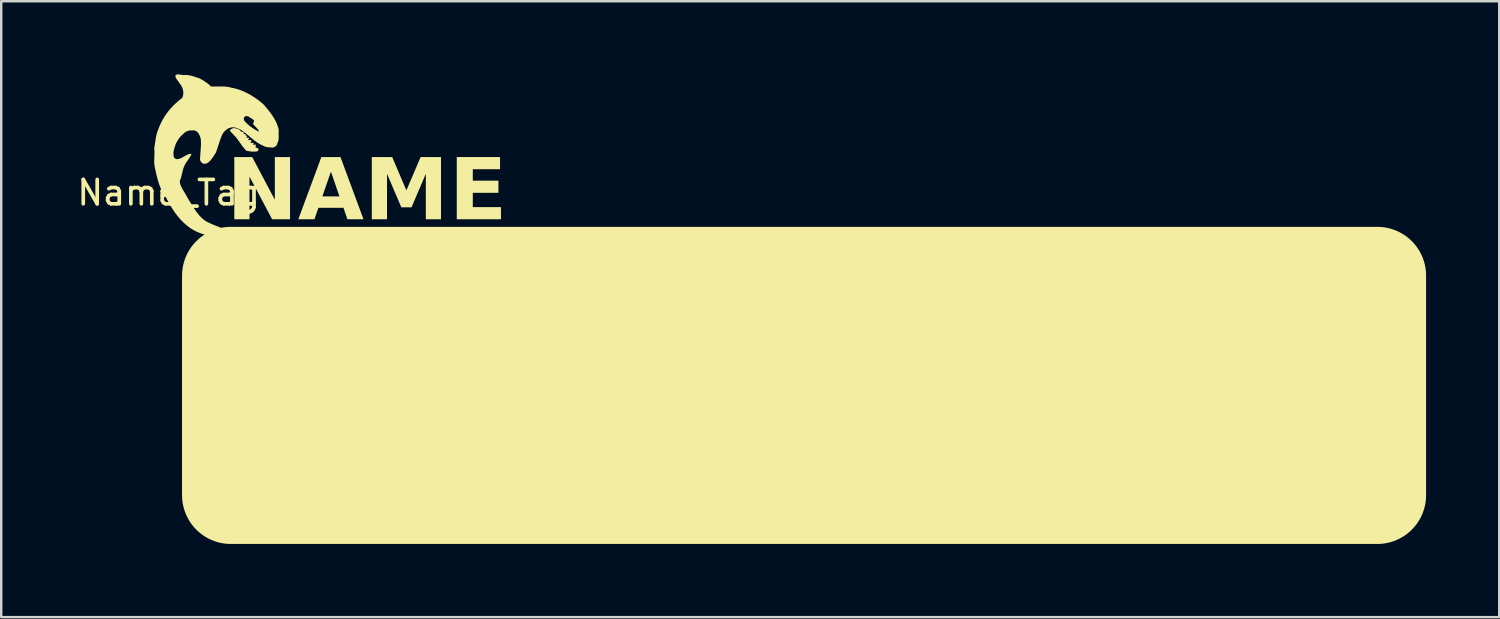
<source format=kicad_pcb>
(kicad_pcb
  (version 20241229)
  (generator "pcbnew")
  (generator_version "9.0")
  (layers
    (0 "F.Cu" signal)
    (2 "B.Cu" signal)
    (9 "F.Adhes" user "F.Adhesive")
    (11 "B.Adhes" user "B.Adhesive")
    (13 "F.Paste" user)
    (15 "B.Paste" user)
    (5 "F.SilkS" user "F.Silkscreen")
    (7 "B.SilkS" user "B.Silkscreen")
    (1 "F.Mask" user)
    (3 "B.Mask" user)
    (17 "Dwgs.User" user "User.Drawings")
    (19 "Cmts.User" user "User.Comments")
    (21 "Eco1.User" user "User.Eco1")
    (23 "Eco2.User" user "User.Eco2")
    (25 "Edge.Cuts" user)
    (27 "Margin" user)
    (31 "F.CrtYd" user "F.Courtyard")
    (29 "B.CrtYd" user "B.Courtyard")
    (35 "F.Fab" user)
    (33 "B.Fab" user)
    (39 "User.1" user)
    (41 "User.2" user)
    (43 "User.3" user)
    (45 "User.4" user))
  (footprint "Name_Tag"
    (layer "F.Cu")
    (at 5.413 6.35)
    (property "Reference" "Name_Tag" (at -1.55 -1.5 0) (unlocked yes) (layer "F.SilkS") (effects (font (size 1 1) (thickness 0.15))))
    (attr board_only exclude_from_pos_files exclude_from_bom allow_missing_courtyard)
    (fp_poly (pts (arc (start 48 12.9) (mid 49.414214 12.314214) (end 50 10.9)) (arc (start 50 1.9) (mid 49.414214 0.485786) (end 48 -0.1)) (arc (start 1 -0.1) (mid -0.414214 0.485786) (end -1 1.9)) (arc (start -1 10.9) (mid -0.414214 12.314214) (end 1 12.9))) (stroke (width 0) (type solid)) (fill yes) (layer "F.SilkS"))
    (fp_poly (pts (xy 1.133 -4.123) (xy 1.145 -4.122) (xy 1.158 -4.121) (xy 1.17 -4.119) (xy 1.183 -4.116) (xy 1.196 -4.113) (xy 1.209 -4.11) (xy 1.221 -4.106) (xy 1.234 -4.103) (xy 1.258 -4.095) (xy 1.28 -4.086) (xy 1.3 -4.078) (xy 1.317 -4.071) (xy 1.317 -4.071) (xy 1.321 -4.069) (xy 1.324 -4.067) (xy 1.328 -4.065) (xy 1.332 -4.062) (xy 1.335 -4.06) (xy 1.339 -4.057) (xy 1.343 -4.054) (xy 1.346 -4.051) (xy 1.35 -4.048) (xy 1.353 -4.044) (xy 1.356 -4.041) (xy 1.36 -4.038) (xy 1.363 -4.035) (xy 1.365 -4.031) (xy 1.368 -4.028) (xy 1.37 -4.025) (xy 1.41 -3.974) (xy 1.45 -3.923) (xy 1.53 -3.821) (xy 1.611 -3.72) (xy 1.65 -3.668) (xy 1.69 -3.616) (xy 1.698 -3.604) (xy 1.706 -3.592) (xy 1.715 -3.581) (xy 1.725 -3.57) (xy 1.734 -3.559) (xy 1.744 -3.549) (xy 1.755 -3.539) (xy 1.765 -3.529) (xy 1.852 -3.452) (xy 1.858 -3.447) (xy 1.864 -3.442) (xy 1.87 -3.438) (xy 1.875 -3.433) (xy 1.886 -3.422) (xy 1.898 -3.412) (xy 1.909 -3.402) (xy 1.92 -3.391) (xy 1.931 -3.381) (xy 1.937 -3.376) (xy 1.943 -3.372) (xy 1.948 -3.368) (xy 1.954 -3.363) (xy 1.961 -3.359) (xy 1.967 -3.355) (xy 1.975 -3.351) (xy 1.982 -3.347) (xy 1.998 -3.339) (xy 2.013 -3.332) (xy 2.029 -3.325) (xy 2.044 -3.32) (xy 2.057 -3.315) (xy 2.063 -3.314) (xy 2.069 -3.312) (xy 2.074 -3.31) (xy 2.08 -3.308) (xy 2.085 -3.305) (xy 2.089 -3.303) (xy 2.091 -3.302) (xy 2.093 -3.3) (xy 2.095 -3.299) (xy 2.097 -3.298) (xy 2.099 -3.296) (xy 2.1 -3.294) (xy 2.102 -3.293) (xy 2.103 -3.291) (xy 2.104 -3.289) (xy 2.105 -3.288) (xy 2.106 -3.286) (xy 2.107 -3.284) (xy 2.107 -3.281) (xy 2.108 -3.279) (xy 2.108 -3.277) (xy 2.108 -3.275) (xy 2.107 -3.272) (xy 2.107 -3.269) (xy 2.106 -3.267) (xy 2.105 -3.264) (xy 2.105 -3.26) (xy 2.105 -3.256) (xy 2.104 -3.252) (xy 2.103 -3.248) (xy 2.102 -3.245) (xy 2.101 -3.242) (xy 2.099 -3.239) (xy 2.097 -3.236) (xy 2.095 -3.234) (xy 2.093 -3.231) (xy 2.09 -3.229) (xy 2.087 -3.227) (xy 2.084 -3.225) (xy 2.081 -3.224) (xy 2.074 -3.221) (xy 2.067 -3.218) (xy 2.059 -3.216) (xy 2.05 -3.215) (xy 2.042 -3.213) (xy 2.033 -3.213) (xy 2.024 -3.212) (xy 2.005 -3.211) (xy 1.933 -3.209) (xy 1.914 -3.209) (xy 1.895 -3.209) (xy 1.878 -3.209) (xy 1.862 -3.211) (xy 1.847 -3.212) (xy 1.832 -3.214) (xy 1.803 -3.218) (xy 1.744 -3.226) (xy 1.728 -3.228) (xy 1.711 -3.231) (xy 1.701 -3.233) (xy 1.692 -3.235) (xy 1.683 -3.237) (xy 1.673 -3.24) (xy 1.664 -3.243) (xy 1.655 -3.246) (xy 1.647 -3.25) (xy 1.639 -3.254) (xy 1.632 -3.258) (xy 1.628 -3.26) (xy 1.625 -3.263) (xy 1.622 -3.265) (xy 1.619 -3.268) (xy 1.617 -3.27) (xy 1.615 -3.273) (xy 1.612 -3.277) (xy 1.609 -3.281) (xy 1.607 -3.284) (xy 1.604 -3.288) (xy 1.6 -3.294) (xy 1.595 -3.301) (xy 1.584 -3.314) (xy 1.572 -3.328) (xy 1.559 -3.343) (xy 1.546 -3.357) (xy 1.534 -3.372) (xy 1.523 -3.385) (xy 1.518 -3.392) (xy 1.513 -3.398) (xy 1.309 -3.683) (xy 1.292 -3.708) (xy 1.275 -3.731) (xy 1.257 -3.754) (xy 1.238 -3.777) (xy 1.219 -3.799) (xy 1.2 -3.821) (xy 1.16 -3.863) (xy 1.08 -3.946) (xy 1.04 -3.988) (xy 1.02 -4.01) (xy 1 -4.032) (xy 0.999 -4.033) (xy 0.998 -4.035) (xy 0.997 -4.036) (xy 0.996 -4.038) (xy 0.995 -4.04) (xy 0.994 -4.041) (xy 0.994 -4.043) (xy 0.993 -4.044) (xy 0.993 -4.046) (xy 0.992 -4.048) (xy 0.992 -4.049) (xy 0.992 -4.051) (xy 0.992 -4.053) (xy 0.992 -4.054) (xy 0.992 -4.056) (xy 0.993 -4.058) (xy 0.993 -4.059) (xy 0.993 -4.061) (xy 0.994 -4.062) (xy 0.995 -4.064) (xy 0.996 -4.065) (xy 0.996 -4.067) (xy 0.997 -4.068) (xy 0.998 -4.069) (xy 1 -4.071) (xy 1.001 -4.072) (xy 1.002 -4.073) (xy 1.004 -4.074) (xy 1.005 -4.075) (xy 1.007 -4.076) (xy 1.008 -4.077) (xy 1.01 -4.078) (xy 1.083 -4.112) (xy 1.086 -4.114) (xy 1.088 -4.115) (xy 1.091 -4.116) (xy 1.094 -4.117) (xy 1.097 -4.118) (xy 1.101 -4.119) (xy 1.104 -4.12) (xy 1.107 -4.121) (xy 1.111 -4.121) (xy 1.114 -4.122) (xy 1.118 -4.123) (xy 1.121 -4.123) (xy 1.124 -4.123) (xy 1.127 -4.123) (xy 1.13 -4.123)) (stroke (width 0.05) (type solid)) (fill yes) (layer "F.SilkS"))
    (fp_poly (pts (xy 1.43 -3.973) (xy 1.457 -3.97) (xy 1.478 -3.968) (xy 1.492 -3.966) (xy 1.493 -3.966) (xy 1.494 -3.966) (xy 1.495 -3.966) (xy 1.496 -3.965) (xy 1.497 -3.965) (xy 1.498 -3.965) (xy 1.499 -3.964) (xy 1.499 -3.964) (xy 1.5 -3.963) (xy 1.501 -3.962) (xy 1.501 -3.962) (xy 1.502 -3.961) (xy 1.503 -3.96) (xy 1.503 -3.96) (xy 1.504 -3.959) (xy 1.504 -3.958) (xy 1.505 -3.957) (xy 1.505 -3.956) (xy 1.505 -3.956) (xy 1.506 -3.955) (xy 1.506 -3.954) (xy 1.506 -3.953) (xy 1.506 -3.952) (xy 1.507 -3.951) (xy 1.507 -3.95) (xy 1.507 -3.949) (xy 1.507 -3.948) (xy 1.507 -3.947) (xy 1.507 -3.946) (xy 1.506 -3.945) (xy 1.506 -3.944) (xy 1.506 -3.943) (xy 1.486 -3.876) (xy 1.577 -3.881) (xy 1.577 -3.881) (xy 1.578 -3.881) (xy 1.578 -3.881) (xy 1.579 -3.881) (xy 1.579 -3.881) (xy 1.579 -3.881) (xy 1.58 -3.881) (xy 1.58 -3.88) (xy 1.581 -3.88) (xy 1.581 -3.88) (xy 1.581 -3.88) (xy 1.582 -3.879) (xy 1.582 -3.879) (xy 1.582 -3.879) (xy 1.582 -3.878) (xy 1.583 -3.878) (xy 1.583 -3.877) (xy 1.583 -3.877) (xy 1.583 -3.877) (xy 1.583 -3.876) (xy 1.583 -3.876) (xy 1.583 -3.875) (xy 1.583 -3.875) (xy 1.583 -3.875) (xy 1.583 -3.874) (xy 1.583 -3.874) (xy 1.583 -3.873) (xy 1.583 -3.873) (xy 1.582 -3.873) (xy 1.582 -3.872) (xy 1.582 -3.872) (xy 1.582 -3.872) (xy 1.529 -3.807) (xy 1.629 -3.82) (xy 1.629 -3.82) (xy 1.63 -3.82) (xy 1.63 -3.82) (xy 1.631 -3.82) (xy 1.631 -3.82) (xy 1.632 -3.82) (xy 1.632 -3.82) (xy 1.632 -3.82) (xy 1.633 -3.819) (xy 1.633 -3.819) (xy 1.634 -3.819) (xy 1.634 -3.818) (xy 1.635 -3.818) (xy 1.635 -3.818) (xy 1.635 -3.817) (xy 1.636 -3.817) (xy 1.636 -3.817) (xy 1.636 -3.816) (xy 1.636 -3.816) (xy 1.637 -3.815) (xy 1.637 -3.815) (xy 1.637 -3.814) (xy 1.637 -3.814) (xy 1.637 -3.813) (xy 1.637 -3.813) (xy 1.637 -3.812) (xy 1.637 -3.812) (xy 1.637 -3.811) (xy 1.637 -3.811) (xy 1.637 -3.81) (xy 1.636 -3.81) (xy 1.636 -3.809) (xy 1.588 -3.717) (xy 1.712 -3.731) (xy 1.712 -3.732) (xy 1.712 -3.732) (xy 1.713 -3.732) (xy 1.713 -3.731) (xy 1.713 -3.731) (xy 1.713 -3.731) (xy 1.713 -3.731) (xy 1.714 -3.731) (xy 1.714 -3.731) (xy 1.714 -3.731) (xy 1.714 -3.731) (xy 1.714 -3.731) (xy 1.714 -3.731) (xy 1.715 -3.731) (xy 1.715 -3.73) (xy 1.715 -3.73) (xy 1.715 -3.73) (xy 1.715 -3.73) (xy 1.715 -3.73) (xy 1.715 -3.729) (xy 1.715 -3.729) (xy 1.715 -3.729) (xy 1.715 -3.729) (xy 1.715 -3.729) (xy 1.715 -3.728) (xy 1.715 -3.728) (xy 1.715 -3.728) (xy 1.715 -3.728) (xy 1.715 -3.728) (xy 1.715 -3.727) (xy 1.715 -3.727) (xy 1.715 -3.727) (xy 1.665 -3.616) (xy 1.806 -3.639) (xy 1.806 -3.639) (xy 1.807 -3.639) (xy 1.807 -3.639) (xy 1.808 -3.639) (xy 1.808 -3.639) (xy 1.808 -3.639) (xy 1.809 -3.639) (xy 1.809 -3.638) (xy 1.81 -3.638) (xy 1.81 -3.638) (xy 1.81 -3.638) (xy 1.811 -3.638) (xy 1.811 -3.637) (xy 1.811 -3.637) (xy 1.812 -3.637) (xy 1.812 -3.637) (xy 1.812 -3.636) (xy 1.812 -3.636) (xy 1.813 -3.635) (xy 1.813 -3.635) (xy 1.813 -3.635) (xy 1.813 -3.634) (xy 1.813 -3.634) (xy 1.813 -3.634) (xy 1.813 -3.633) (xy 1.813 -3.633) (xy 1.813 -3.632) (xy 1.813 -3.632) (xy 1.813 -3.632) (xy 1.813 -3.631) (xy 1.813 -3.631) (xy 1.813 -3.63) (xy 1.772 -3.512) (xy 1.771 -3.512) (xy 1.771 -3.511) (xy 1.771 -3.511) (xy 1.771 -3.511) (xy 1.771 -3.51) (xy 1.771 -3.51) (xy 1.771 -3.509) (xy 1.771 -3.509) (xy 1.771 -3.508) (xy 1.772 -3.508) (xy 1.772 -3.508) (xy 1.772 -3.507) (xy 1.772 -3.507) (xy 1.772 -3.507) (xy 1.772 -3.506) (xy 1.773 -3.506) (xy 1.773 -3.506) (xy 1.773 -3.505) (xy 1.774 -3.505) (xy 1.774 -3.505) (xy 1.774 -3.504) (xy 1.775 -3.504) (xy 1.775 -3.504) (xy 1.775 -3.504) (xy 1.776 -3.504) (xy 1.776 -3.504) (xy 1.777 -3.504) (xy 1.777 -3.504) (xy 1.777 -3.503) (xy 1.778 -3.503) (xy 1.778 -3.504) (xy 1.779 -3.504) (xy 1.898 -3.521) (xy 1.898 -3.521) (xy 1.899 -3.521) (xy 1.899 -3.521) (xy 1.9 -3.521) (xy 1.9 -3.52) (xy 1.901 -3.52) (xy 1.901 -3.52) (xy 1.902 -3.52) (xy 1.902 -3.52) (xy 1.903 -3.52) (xy 1.903 -3.519) (xy 1.904 -3.519) (xy 1.904 -3.519) (xy 1.905 -3.518) (xy 1.905 -3.518) (xy 1.905 -3.517) (xy 1.906 -3.517) (xy 1.906 -3.516) (xy 1.906 -3.516) (xy 1.906 -3.516) (xy 1.907 -3.515) (xy 1.907 -3.514) (xy 1.907 -3.514) (xy 1.907 -3.513) (xy 1.907 -3.513) (xy 1.907 -3.512) (xy 1.907 -3.512) (xy 1.907 -3.511) (xy 1.907 -3.511) (xy 1.907 -3.51) (xy 1.907 -3.51) (xy 1.906 -3.509) (xy 1.863 -3.408) (xy 1.99 -3.452) (xy 1.99 -3.452) (xy 1.991 -3.452) (xy 1.991 -3.452) (xy 1.991 -3.452) (xy 1.992 -3.452) (xy 1.992 -3.452) (xy 1.993 -3.452) (xy 1.993 -3.452) (xy 1.994 -3.452) (xy 1.994 -3.452) (xy 1.994 -3.452) (xy 1.995 -3.451) (xy 1.995 -3.451) (xy 1.995 -3.451) (xy 1.996 -3.451) (xy 1.996 -3.451) (xy 1.996 -3.45) (xy 1.997 -3.45) (xy 1.997 -3.45) (xy 1.997 -3.449) (xy 1.997 -3.449) (xy 1.998 -3.449) (xy 1.998 -3.448) (xy 1.998 -3.448) (xy 1.998 -3.447) (xy 1.998 -3.447) (xy 1.998 -3.447) (xy 1.998 -3.446) (xy 1.998 -3.446) (xy 1.998 -3.445) (xy 1.998 -3.445) (xy 1.998 -3.445) (xy 1.978 -3.306) (xy 1.747 -3.463) (xy 1.396 -3.975)) (stroke (width 0.05) (type solid)) (fill yes) (layer "F.SilkS"))
    (fp_poly (pts (xy -1.15 -6.35) (xy -1.119 -6.348) (xy -1.087 -6.344) (xy -1.054 -6.339) (xy -0.99 -6.329) (xy -0.96 -6.325) (xy -0.932 -6.323) (xy -0.919 -6.323) (xy -0.907 -6.324) (xy -0.896 -6.326) (xy -0.886 -6.328) (xy -0.845 -6.328) (xy -0.804 -6.326) (xy -0.764 -6.321) (xy -0.724 -6.316) (xy -0.684 -6.309) (xy -0.645 -6.3) (xy -0.606 -6.29) (xy -0.567 -6.28) (xy -0.489 -6.256) (xy -0.412 -6.23) (xy -0.259 -6.177) (xy -0.2 -6.142) (xy -0.141 -6.107) (xy -0.083 -6.07) (xy -0.026 -6.032) (xy 0.002 -6.012) (xy 0.03 -5.991) (xy 0.057 -5.97) (xy 0.084 -5.949) (xy 0.11 -5.926) (xy 0.136 -5.903) (xy 0.161 -5.879) (xy 0.185 -5.855) (xy 0.289 -5.853) (xy 0.394 -5.854) (xy 0.499 -5.856) (xy 0.604 -5.856) (xy 0.708 -5.854) (xy 0.76 -5.851) (xy 0.812 -5.846) (xy 0.863 -5.84) (xy 0.915 -5.831) (xy 0.966 -5.82) (xy 1.017 -5.807) (xy 1.109 -5.788) (xy 1.2 -5.766) (xy 1.29 -5.74) (xy 1.379 -5.71) (xy 1.466 -5.676) (xy 1.552 -5.639) (xy 1.637 -5.599) (xy 1.721 -5.556) (xy 1.803 -5.511) (xy 1.883 -5.462) (xy 1.962 -5.411) (xy 2.04 -5.358) (xy 2.116 -5.303) (xy 2.19 -5.246) (xy 2.263 -5.187) (xy 2.334 -5.127) (xy 2.412 -5.036) (xy 2.489 -4.945) (xy 2.564 -4.852) (xy 2.6 -4.804) (xy 2.636 -4.756) (xy 2.671 -4.708) (xy 2.704 -4.659) (xy 2.737 -4.609) (xy 2.768 -4.558) (xy 2.798 -4.507) (xy 2.826 -4.455) (xy 2.853 -4.401) (xy 2.878 -4.347) (xy 2.913 -4.254) (xy 2.929 -4.207) (xy 2.937 -4.184) (xy 2.944 -4.16) (xy 2.95 -4.136) (xy 2.955 -4.112) (xy 2.959 -4.088) (xy 2.962 -4.064) (xy 2.964 -4.039) (xy 2.964 -4.014) (xy 2.962 -3.989) (xy 2.959 -3.964) (xy 2.959 -3.908) (xy 2.96 -3.852) (xy 2.961 -3.795) (xy 2.961 -3.767) (xy 2.961 -3.74) (xy 2.959 -3.712) (xy 2.956 -3.684) (xy 2.952 -3.657) (xy 2.947 -3.63) (xy 2.94 -3.603) (xy 2.93 -3.577) (xy 2.919 -3.551) (xy 2.906 -3.526) (xy 2.904 -3.517) (xy 2.902 -3.508) (xy 2.9 -3.499) (xy 2.897 -3.491) (xy 2.894 -3.483) (xy 2.891 -3.475) (xy 2.888 -3.467) (xy 2.884 -3.459) (xy 2.879 -3.452) (xy 2.875 -3.445) (xy 2.87 -3.438) (xy 2.865 -3.431) (xy 2.86 -3.425) (xy 2.854 -3.419) (xy 2.848 -3.413) (xy 2.842 -3.407) (xy 2.836 -3.402) (xy 2.83 -3.397) (xy 2.816 -3.387) (xy 2.802 -3.378) (xy 2.787 -3.37) (xy 2.771 -3.364) (xy 2.755 -3.358) (xy 2.738 -3.353) (xy 2.721 -3.349) (xy 2.668 -3.353) (xy 2.614 -3.357) (xy 2.56 -3.361) (xy 2.533 -3.363) (xy 2.507 -3.366) (xy 2.48 -3.371) (xy 2.454 -3.376) (xy 2.428 -3.382) (xy 2.403 -3.39) (xy 2.378 -3.399) (xy 2.353 -3.409) (xy 2.329 -3.422) (xy 2.305 -3.436) (xy 2.24 -3.467) (xy 2.177 -3.5) (xy 2.116 -3.537) (xy 2.057 -3.576) (xy 1.999 -3.618) (xy 1.943 -3.661) (xy 1.832 -3.75) (xy 1.723 -3.842) (xy 1.612 -3.932) (xy 1.556 -3.975) (xy 1.499 -4.017) (xy 1.44 -4.057) (xy 1.38 -4.094) (xy 1.328 -4.116) (xy 1.276 -4.138) (xy 1.25 -4.148) (xy 1.223 -4.157) (xy 1.196 -4.165) (xy 1.169 -4.171) (xy 1.142 -4.176) (xy 1.115 -4.18) (xy 1.087 -4.181) (xy 1.06 -4.181) (xy 1.047 -4.18) (xy 1.033 -4.178) (xy 1.02 -4.175) (xy 1.006 -4.172) (xy 0.992 -4.168) (xy 0.979 -4.164) (xy 0.966 -4.159) (xy 0.952 -4.153) (xy 0.942 -4.151) (xy 0.932 -4.148) (xy 0.922 -4.145) (xy 0.912 -4.142) (xy 0.903 -4.138) (xy 0.894 -4.134) (xy 0.885 -4.129) (xy 0.876 -4.125) (xy 0.858 -4.114) (xy 0.841 -4.102) (xy 0.825 -4.09) (xy 0.809 -4.076) (xy 0.793 -4.062) (xy 0.778 -4.048) (xy 0.749 -4.018) (xy 0.719 -3.989) (xy 0.705 -3.974) (xy 0.691 -3.961) (xy 0.665 -3.912) (xy 0.64 -3.862) (xy 0.618 -3.811) (xy 0.597 -3.76) (xy 0.577 -3.709) (xy 0.559 -3.657) (xy 0.524 -3.552) (xy 0.456 -3.341) (xy 0.421 -3.237) (xy 0.402 -3.185) (xy 0.381 -3.134) (xy 0.308 -3.021) (xy 0.271 -2.964) (xy 0.252 -2.937) (xy 0.233 -2.909) (xy 0.213 -2.883) (xy 0.192 -2.856) (xy 0.17 -2.831) (xy 0.148 -2.806) (xy 0.124 -2.783) (xy 0.099 -2.76) (xy 0.073 -2.739) (xy 0.045 -2.718) (xy 0.033 -2.711) (xy 0.019 -2.705) (xy 0.004 -2.7) (xy -0.013 -2.695) (xy -0.03 -2.691) (xy -0.047 -2.688) (xy -0.065 -2.687) (xy -0.082 -2.686) (xy -0.1 -2.687) (xy -0.109 -2.689) (xy -0.117 -2.69) (xy -0.125 -2.692) (xy -0.133 -2.694) (xy -0.141 -2.697) (xy -0.149 -2.7) (xy -0.156 -2.704) (xy -0.163 -2.708) (xy -0.169 -2.712) (xy -0.175 -2.717) (xy -0.181 -2.723) (xy -0.186 -2.729) (xy -0.191 -2.735) (xy -0.195 -2.742) (xy -0.203 -2.748) (xy -0.211 -2.755) (xy -0.217 -2.762) (xy -0.224 -2.768) (xy -0.229 -2.775) (xy -0.235 -2.783) (xy -0.239 -2.79) (xy -0.244 -2.797) (xy -0.247 -2.805) (xy -0.251 -2.813) (xy -0.253 -2.821) (xy -0.256 -2.829) (xy -0.258 -2.837) (xy -0.26 -2.845) (xy -0.262 -2.862) (xy -0.263 -2.879) (xy -0.263 -2.897) (xy -0.263 -2.915) (xy -0.262 -2.933) (xy -0.258 -2.969) (xy -0.254 -3.005) (xy -0.249 -3.095) (xy -0.242 -3.186) (xy -0.229 -3.367) (xy -0.225 -3.458) (xy -0.224 -3.503) (xy -0.224 -3.548) (xy -0.225 -3.593) (xy -0.227 -3.638) (xy -0.231 -3.682) (xy -0.237 -3.727) (xy -0.266 -3.808) (xy -0.281 -3.847) (xy -0.29 -3.867) (xy -0.299 -3.886) (xy -0.309 -3.905) (xy -0.319 -3.923) (xy -0.331 -3.94) (xy -0.344 -3.957) (xy -0.358 -3.973) (xy -0.373 -3.988) (xy -0.39 -4.001) (xy -0.399 -4.008) (xy -0.408 -4.014) (xy -0.412 -4.018) (xy -0.416 -4.021) (xy -0.421 -4.024) (xy -0.425 -4.027) (xy -0.435 -4.032) (xy -0.444 -4.036) (xy -0.454 -4.04) (xy -0.464 -4.043) (xy -0.475 -4.045) (xy -0.485 -4.048) (xy -0.496 -4.049) (xy -0.507 -4.05) (xy -0.518 -4.051) (xy -0.53 -4.052) (xy -0.575 -4.054) (xy -0.594 -4.055) (xy -0.614 -4.055) (xy -0.636 -4.054) (xy -0.659 -4.053) (xy -0.681 -4.052) (xy -0.692 -4.05) (xy -0.702 -4.049) (xy -0.713 -4.047) (xy -0.722 -4.045) (xy -0.732 -4.043) (xy -0.74 -4.04) (xy -0.769 -4.03) (xy -0.784 -4.024) (xy -0.798 -4.018) (xy -0.812 -4.012) (xy -0.826 -4.005) (xy -0.839 -3.998) (xy -0.852 -3.991) (xy -0.865 -3.983) (xy -0.878 -3.974) (xy -0.89 -3.965) (xy -0.902 -3.955) (xy -0.914 -3.945) (xy -0.925 -3.934) (xy -0.936 -3.922) (xy -0.946 -3.91) (xy -0.972 -3.89) (xy -0.996 -3.869) (xy -1.019 -3.848) (xy -1.042 -3.825) (xy -1.063 -3.802) (xy -1.084 -3.778) (xy -1.104 -3.753) (xy -1.123 -3.728) (xy -1.142 -3.702) (xy -1.159 -3.676) (xy -1.176 -3.649) (xy -1.193 -3.622) (xy -1.209 -3.594) (xy -1.224 -3.566) (xy -1.239 -3.538) (xy -1.253 -3.51) (xy -1.295 -3.391) (xy -1.314 -3.331) (xy -1.323 -3.301) (xy -1.331 -3.27) (xy -1.338 -3.24) (xy -1.344 -3.209) (xy -1.349 -3.179) (xy -1.352 -3.148) (xy -1.353 -3.116) (xy -1.352 -3.085) (xy -1.349 -3.053) (xy -1.343 -3.021) (xy -1.344 -3.011) (xy -1.344 -3.001) (xy -1.344 -2.991) (xy -1.342 -2.981) (xy -1.34 -2.972) (xy -1.337 -2.963) (xy -1.333 -2.955) (xy -1.329 -2.947) (xy -1.324 -2.939) (xy -1.318 -2.932) (xy -1.312 -2.925) (xy -1.305 -2.919) (xy -1.298 -2.913) (xy -1.291 -2.907) (xy -1.283 -2.902) (xy -1.275 -2.897) (xy -1.266 -2.893) (xy -1.258 -2.889) (xy -1.249 -2.885) (xy -1.24 -2.882) (xy -1.23 -2.88) (xy -1.221 -2.878) (xy -1.211 -2.877) (xy -1.202 -2.876) (xy -1.192 -2.875) (xy -1.183 -2.875) (xy -1.173 -2.876) (xy -1.164 -2.877) (xy -1.155 -2.879) (xy -1.146 -2.882) (xy -1.137 -2.884) (xy -1.129 -2.888) (xy -1.113 -2.892) (xy -1.097 -2.897) (xy -1.065 -2.909) (xy -1.032 -2.923) (xy -0.999 -2.94) (xy -0.965 -2.958) (xy -0.932 -2.977) (xy -0.865 -3.015) (xy -0.832 -3.034) (xy -0.799 -3.05) (xy -0.767 -3.065) (xy -0.735 -3.077) (xy -0.719 -3.082) (xy -0.704 -3.086) (xy -0.688 -3.089) (xy -0.673 -3.091) (xy -0.658 -3.092) (xy -0.643 -3.092) (xy -0.629 -3.091) (xy -0.615 -3.088) (xy -0.628 -3.054) (xy -0.644 -3.021) (xy -0.661 -2.989) (xy -0.68 -2.958) (xy -0.7 -2.926) (xy -0.72 -2.896) (xy -0.762 -2.834) (xy -0.805 -2.773) (xy -0.826 -2.742) (xy -0.846 -2.71) (xy -0.865 -2.678) (xy -0.882 -2.646) (xy -0.899 -2.612) (xy -0.913 -2.578) (xy -0.928 -2.543) (xy -0.941 -2.508) (xy -0.952 -2.473) (xy -0.963 -2.437) (xy -0.981 -2.364) (xy -0.998 -2.291) (xy -1.015 -2.218) (xy -1.034 -2.145) (xy -1.045 -2.109) (xy -1.057 -2.073) (xy -1.07 -2.038) (xy -1.085 -2.003) (xy -1.087 -1.991) (xy -1.089 -1.978) (xy -1.09 -1.965) (xy -1.09 -1.951) (xy -1.089 -1.937) (xy -1.088 -1.923) (xy -1.084 -1.894) (xy -1.077 -1.864) (xy -1.067 -1.834) (xy -1.056 -1.802) (xy -1.043 -1.77) (xy -1.028 -1.738) (xy -1.012 -1.706) (xy -0.995 -1.673) (xy -0.977 -1.641) (xy -0.94 -1.577) (xy -0.901 -1.515) (xy -0.877 -1.475) (xy -0.851 -1.43) (xy -0.797 -1.332) (xy -0.769 -1.282) (xy -0.742 -1.235) (xy -0.715 -1.19) (xy -0.69 -1.151) (xy -0.65 -1.087) (xy -0.599 -1.003) (xy -0.538 -0.904) (xy -0.503 -0.85) (xy -0.466 -0.795) (xy -0.427 -0.738) (xy -0.385 -0.682) (xy -0.34 -0.626) (xy -0.293 -0.57) (xy -0.244 -0.517) (xy -0.192 -0.466) (xy -0.138 -0.418) (xy -0.11 -0.395) (xy -0.082 -0.374) (xy -0.066 -0.362) (xy -0.049 -0.351) (xy -0.032 -0.339) (xy -0.014 -0.328) (xy 0.005 -0.318) (xy 0.024 -0.307) (xy 0.044 -0.296) (xy 0.065 -0.286) (xy 0.219 -0.215) (xy 0.398 -0.14) (xy 0.599 -0.063) (xy 0.821 0.014) (xy 0.938 0.051) (xy 1.06 0.088) (xy 1.185 0.123) (xy 1.314 0.157) (xy 1.445 0.188) (xy 1.58 0.218) (xy 1.717 0.245) (xy 1.857 0.269) (xy 1.877 0.273) (xy 1.894 0.277) (xy 1.909 0.28) (xy 1.921 0.284) (xy 1.926 0.286) (xy 1.931 0.287) (xy 1.934 0.289) (xy 1.937 0.291) (xy 1.94 0.293) (xy 1.941 0.295) (xy 1.942 0.296) (xy 1.943 0.298) (xy 1.942 0.3) (xy 1.941 0.301) (xy 1.939 0.303) (xy 1.937 0.305) (xy 1.934 0.306) (xy 1.93 0.308) (xy 1.926 0.309) (xy 1.921 0.311) (xy 1.908 0.313) (xy 1.894 0.316) (xy 1.876 0.318) (xy 1.856 0.32) (xy 1.856 0.32) (xy 1.535 0.344) (xy 1.241 0.356) (xy 0.97 0.357) (xy 0.723 0.347) (xy 0.497 0.328) (xy 0.291 0.3) (xy 0.104 0.264) (xy -0.065 0.221) (xy -0.219 0.172) (xy -0.357 0.117) (xy -0.482 0.057) (xy -0.595 -0.008) (xy -0.697 -0.075) (xy -0.79 -0.145) (xy -0.875 -0.217) (xy -0.953 -0.29) (xy -1.028 -0.366) (xy -1.098 -0.442) (xy -1.163 -0.519) (xy -1.224 -0.596) (xy -1.281 -0.673) (xy -1.335 -0.751) (xy -1.387 -0.83) (xy -1.436 -0.909) (xy -1.818 -1.575) (xy -1.845 -1.624) (xy -1.871 -1.677) (xy -1.896 -1.733) (xy -1.919 -1.792) (xy -1.941 -1.854) (xy -1.962 -1.917) (xy -2.001 -2.048) (xy -2.035 -2.18) (xy -2.066 -2.31) (xy -2.118 -2.547) (xy -2.126 -2.589) (xy -2.133 -2.633) (xy -2.137 -2.679) (xy -2.14 -2.727) (xy -2.141 -2.776) (xy -2.14 -2.826) (xy -2.138 -2.928) (xy -2.134 -3.03) (xy -2.131 -3.13) (xy -2.131 -3.178) (xy -2.132 -3.225) (xy -2.135 -3.27) (xy -2.14 -3.312) (xy -2.078 -3.727) (xy -2.058 -3.83) (xy -2.046 -3.881) (xy -2.033 -3.931) (xy -2.018 -3.981) (xy -2.001 -4.031) (xy -1.982 -4.08) (xy -1.961 -4.128) (xy -1.925 -4.222) (xy -1.885 -4.314) (xy -1.841 -4.404) (xy -1.794 -4.493) (xy -1.772 -4.53) (xy 1.533 -4.53) (xy 1.533 -4.522) (xy 1.534 -4.514) (xy 1.535 -4.506) (xy 1.537 -4.497) (xy 1.539 -4.489) (xy 1.542 -4.481) (xy 1.545 -4.473) (xy 1.548 -4.465) (xy 1.552 -4.457) (xy 1.556 -4.45) (xy 1.561 -4.442) (xy 1.565 -4.435) (xy 1.57 -4.428) (xy 1.576 -4.421) (xy 1.581 -4.415) (xy 1.587 -4.408) (xy 1.593 -4.402) (xy 1.6 -4.397) (xy 1.628 -4.368) (xy 1.657 -4.339) (xy 1.687 -4.311) (xy 1.719 -4.283) (xy 1.751 -4.256) (xy 1.784 -4.229) (xy 1.817 -4.204) (xy 1.851 -4.179) (xy 1.886 -4.154) (xy 1.921 -4.131) (xy 1.956 -4.109) (xy 1.991 -4.088) (xy 2.027 -4.068) (xy 2.062 -4.049) (xy 2.097 -4.031) (xy 2.132 -4.015) (xy 2.134 -4.014) (xy 2.135 -4.013) (xy 2.137 -4.013) (xy 2.138 -4.013) (xy 2.14 -4.012) (xy 2.141 -4.012) (xy 2.142 -4.012) (xy 2.144 -4.012) (xy 2.145 -4.012) (xy 2.146 -4.012) (xy 2.147 -4.012) (xy 2.148 -4.012) (xy 2.149 -4.013) (xy 2.15 -4.013) (xy 2.15 -4.014) (xy 2.151 -4.014) (xy 2.152 -4.015) (xy 2.152 -4.016) (xy 2.153 -4.017) (xy 2.153 -4.017) (xy 2.153 -4.018) (xy 2.153 -4.019) (xy 2.154 -4.02) (xy 2.154 -4.022) (xy 2.154 -4.023) (xy 2.153 -4.024) (xy 2.153 -4.025) (xy 2.153 -4.027) (xy 2.152 -4.028) (xy 2.152 -4.029) (xy 2.151 -4.031) (xy 2.151 -4.032) (xy 2.141 -4.05) (xy 2.13 -4.068) (xy 2.119 -4.085) (xy 2.106 -4.103) (xy 2.092 -4.119) (xy 2.078 -4.136) (xy 2.063 -4.153) (xy 2.048 -4.169) (xy 1.985 -4.233) (xy 1.955 -4.265) (xy 1.94 -4.282) (xy 1.927 -4.298) (xy 1.925 -4.3) (xy 1.923 -4.303) (xy 1.922 -4.305) (xy 1.92 -4.308) (xy 1.919 -4.31) (xy 1.918 -4.313) (xy 1.917 -4.316) (xy 1.917 -4.318) (xy 1.916 -4.321) (xy 1.916 -4.324) (xy 1.915 -4.327) (xy 1.915 -4.33) (xy 1.915 -4.333) (xy 1.915 -4.335) (xy 1.916 -4.341) (xy 1.917 -4.347) (xy 1.918 -4.353) (xy 1.92 -4.359) (xy 1.922 -4.364) (xy 1.925 -4.37) (xy 1.928 -4.375) (xy 1.931 -4.381) (xy 1.934 -4.385) (xy 1.934 -4.385) (xy 1.938 -4.39) (xy 1.941 -4.395) (xy 1.944 -4.4) (xy 1.946 -4.404) (xy 1.948 -4.409) (xy 1.949 -4.413) (xy 1.95 -4.418) (xy 1.951 -4.422) (xy 1.952 -4.427) (xy 1.952 -4.431) (xy 1.952 -4.435) (xy 1.952 -4.44) (xy 1.951 -4.444) (xy 1.95 -4.448) (xy 1.949 -4.452) (xy 1.947 -4.456) (xy 1.945 -4.46) (xy 1.943 -4.464) (xy 1.941 -4.468) (xy 1.938 -4.472) (xy 1.935 -4.476) (xy 1.932 -4.48) (xy 1.929 -4.483) (xy 1.925 -4.487) (xy 1.917 -4.495) (xy 1.909 -4.502) (xy 1.899 -4.509) (xy 1.889 -4.516) (xy 1.84 -4.547) (xy 1.814 -4.564) (xy 1.802 -4.572) (xy 1.792 -4.58) (xy 1.78 -4.589) (xy 1.768 -4.597) (xy 1.756 -4.604) (xy 1.744 -4.611) (xy 1.732 -4.618) (xy 1.72 -4.623) (xy 1.708 -4.628) (xy 1.696 -4.632) (xy 1.684 -4.635) (xy 1.671 -4.637) (xy 1.664 -4.638) (xy 1.658 -4.639) (xy 1.651 -4.639) (xy 1.644 -4.639) (xy 1.637 -4.639) (xy 1.63 -4.638) (xy 1.623 -4.637) (xy 1.616 -4.636) (xy 1.608 -4.635) (xy 1.601 -4.633) (xy 1.593 -4.631) (xy 1.585 -4.629) (xy 1.577 -4.624) (xy 1.57 -4.618) (xy 1.564 -4.612) (xy 1.558 -4.606) (xy 1.553 -4.599) (xy 1.548 -4.592) (xy 1.544 -4.585) (xy 1.541 -4.578) (xy 1.538 -4.57) (xy 1.536 -4.562) (xy 1.535 -4.555) (xy 1.534 -4.547) (xy 1.533 -4.538) (xy 1.533 -4.53) (xy -1.772 -4.53) (xy -1.743 -4.58) (xy -1.689 -4.664) (xy -1.632 -4.747) (xy -1.572 -4.827) (xy -1.509 -4.905) (xy -1.443 -4.981) (xy -1.374 -5.054) (xy -1.303 -5.125) (xy -1.229 -5.193) (xy -1.154 -5.259) (xy -1.076 -5.323) (xy -0.996 -5.383) (xy -0.987 -5.402) (xy -0.98 -5.42) (xy -0.967 -5.458) (xy -0.958 -5.497) (xy -0.952 -5.536) (xy -0.949 -5.575) (xy -0.949 -5.615) (xy -0.952 -5.654) (xy -0.958 -5.693) (xy -0.967 -5.731) (xy -0.978 -5.769) (xy -0.992 -5.807) (xy -1.008 -5.843) (xy -1.027 -5.878) (xy -1.047 -5.912) (xy -1.07 -5.945) (xy -1.095 -5.976) (xy -1.106 -5.994) (xy -1.117 -6.012) (xy -1.129 -6.03) (xy -1.142 -6.048) (xy -1.195 -6.118) (xy -1.208 -6.136) (xy -1.22 -6.154) (xy -1.231 -6.172) (xy -1.242 -6.19) (xy -1.252 -6.209) (xy -1.26 -6.228) (xy -1.264 -6.238) (xy -1.267 -6.248) (xy -1.27 -6.258) (xy -1.272 -6.268) (xy -1.272 -6.282) (xy -1.27 -6.295) (xy -1.266 -6.306) (xy -1.261 -6.316) (xy -1.255 -6.324) (xy -1.247 -6.331) (xy -1.238 -6.337) (xy -1.228 -6.341) (xy -1.217 -6.345) (xy -1.205 -6.348) (xy -1.192 -6.349) (xy -1.179 -6.35) (xy -1.165 -6.35)) (stroke (width -0.000001) (type solid)) (fill yes) (layer "F.SilkS"))
    (fp_text user "NAME" (at 0.821 0.014 0) (unlocked yes) (layer "F.SilkS") (effects (font (face "Anko Personal Use SemBd") (size 2.5 2.5) (thickness 0.5) (bold yes)) (justify left bottom))))
  (gr_rect
    (start -3 -3)
    (end 58.413 22.25)
    (stroke (width 0.1) (type default))
    (fill no)
    (layer "Edge.Cuts")))
</source>
